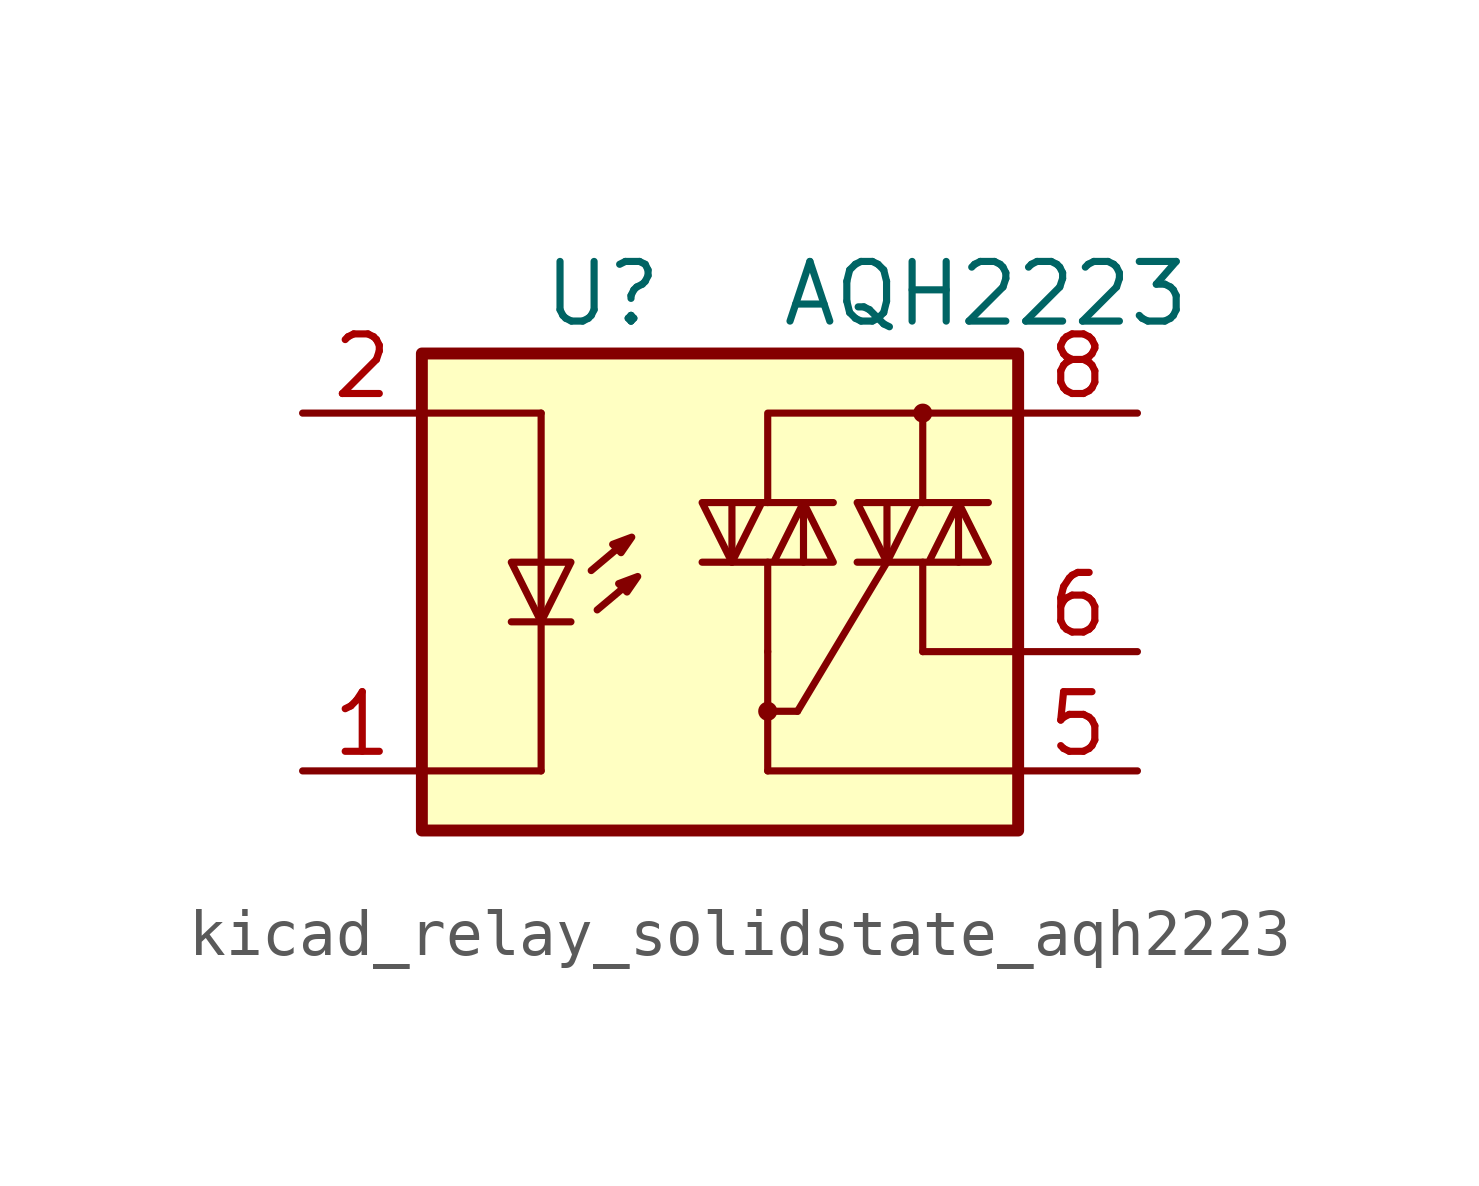
<source format=kicad_sym>
(kicad_symbol_lib
  (version 20220914)
  (generator kicad_symbol_editor)
  (symbol "kicad_relay_solidstate_aqh2223"
    (property "Reference" "U"
      (at -5.08 5.08 0)
      (effects (font (size 1.27 1.27)) (justify left)))
    (property "Value" "AQH2223"
      (at 0 5.08 0)
      (effects (font (size 1.27 1.27)) (justify left)))
    (symbol "kicad_relay_solidstate_aqh2223_0_1"
      (polyline (pts (xy 3.048 -2.54) (xy 5.08 -2.54)) (stroke (width 0) (type default)) (fill (type none)))
      (polyline (pts (xy 3.048 -0.635) (xy 3.048 -2.54)) (stroke (width 0) (type default)) (fill (type none))))
    (symbol "kicad_relay_solidstate_aqh2223_1_1"
      (rectangle (start -7.62 3.81) (end 5.08 -6.35) (stroke (width 0.254) (type default)) (fill (type background)))
      (circle (center -0.254 -3.81) (radius 0.127) (stroke (width 0) (type default)) (fill (type none)))
      (polyline (pts (xy -5.715 -1.905) (xy -4.445 -1.905)) (stroke (width 0) (type default)) (fill (type none)))
      (polyline (pts (xy -5.08 -5.08) (xy -7.62 -5.08)) (stroke (width 0) (type default)) (fill (type none)))
      (polyline (pts (xy -5.08 -1.905) (xy -5.08 -5.08)) (stroke (width 0) (type default)) (fill (type none)))
      (polyline (pts (xy -5.08 -0.635) (xy -5.08 -1.905)) (stroke (width 0) (type default)) (fill (type none)))
      (polyline (pts (xy -5.08 -0.635) (xy -5.08 2.54)) (stroke (width 0) (type default)) (fill (type none)))
      (polyline (pts (xy -5.08 2.54) (xy -7.493 2.54)) (stroke (width 0) (type default)) (fill (type none)))
      (polyline (pts (xy -3.378 -0.279) (xy -4.013 -0.813)) (stroke (width 0) (type default)) (fill (type none)))
      (polyline (pts (xy -3.251 -1.118) (xy -3.886 -1.651)) (stroke (width 0) (type default)) (fill (type none)))
      (polyline (pts (xy -1.016 -0.635) (xy -1.016 0.635)) (stroke (width 0) (type default)) (fill (type none)))
      (polyline (pts (xy -0.254 -3.81) (xy 0.381 -3.81)) (stroke (width 0) (type default)) (fill (type none)))
      (polyline (pts (xy -0.254 -2.54) (xy -0.254 -5.08)) (stroke (width 0) (type default)) (fill (type none)))
      (polyline (pts (xy -0.254 -2.54) (xy -0.254 -0.635)) (stroke (width 0) (type default)) (fill (type none)))
      (polyline (pts (xy 0.381 -3.81) (xy 2.286 -0.635)) (stroke (width 0) (type default)) (fill (type none)))
      (polyline (pts (xy 0.508 0.635) (xy 0.508 -0.635)) (stroke (width 0) (type default)) (fill (type none)))
      (polyline (pts (xy 2.286 -0.635) (xy 2.286 0.635)) (stroke (width 0) (type default)) (fill (type none)))
      (polyline (pts (xy 3.048 2.54) (xy 3.048 0.635)) (stroke (width 0) (type default)) (fill (type none)))
      (polyline (pts (xy 3.81 0.635) (xy 3.81 -0.635)) (stroke (width 0) (type default)) (fill (type none)))
      (polyline (pts (xy 5.08 -5.08) (xy -0.254 -5.08)) (stroke (width 0) (type default)) (fill (type none)))
      (polyline (pts (xy 5.08 2.54) (xy 3.048 2.54)) (stroke (width 0) (type default)) (fill (type none)))
      (polyline (pts (xy 3.048 2.54) (xy -0.254 2.54) (xy -0.254 0.635)) (stroke (width 0) (type default)) (fill (type none)))
      (polyline (pts (xy -5.08 -1.905) (xy -5.715 -0.635) (xy -4.445 -0.635) (xy -5.08 -1.905)) (stroke (width 0) (type default)) (fill (type none)))
      (polyline (pts (xy -3.556 -0.254) (xy -3.378 -0.432) (xy -3.15 -0.102) (xy -3.556 -0.254)) (stroke (width 0) (type default)) (fill (type none)))
      (polyline (pts (xy -3.429 -1.092) (xy -3.251 -1.27) (xy -3.023 -0.94) (xy -3.429 -1.092)) (stroke (width 0) (type default)) (fill (type none)))
      (polyline (pts (xy -1.651 -0.635) (xy 1.143 -0.635) (xy 0.508 0.635) (xy -0.127 -0.635)) (stroke (width 0) (type default)) (fill (type none)))
      (polyline (pts (xy 1.143 0.635) (xy -1.651 0.635) (xy -1.016 -0.635) (xy -0.381 0.635)) (stroke (width 0) (type default)) (fill (type none)))
      (polyline (pts (xy 1.651 -0.635) (xy 4.445 -0.635) (xy 3.81 0.635) (xy 3.175 -0.635)) (stroke (width 0) (type default)) (fill (type none)))
      (polyline (pts (xy 4.445 0.635) (xy 1.651 0.635) (xy 2.286 -0.635) (xy 2.921 0.635)) (stroke (width 0) (type default)) (fill (type none)))
      (circle (center 3.048 2.54) (radius 0.127) (stroke (width 0) (type default)) (fill (type none)))
      (pin passive line (at -10.16 -5.08 0) (length 2.54) (name "~" (effects (font (size 1.27 1.27)))) (number "1" (effects (font (size 1.27 1.27)))))
      (pin passive line (at -10.16 2.54 0) (length 2.54) (name "~" (effects (font (size 1.27 1.27)))) (number "2" (effects (font (size 1.27 1.27)))))
      (pin passive line (at -10.16 -5.08 0) (length 2.54) hide (name "~" (effects (font (size 1.27 1.27)))) (number "3" (effects (font (size 1.27 1.27)))))
      (pin passive line (at -10.16 -5.08 0) (length 2.54) hide (name "~" (effects (font (size 1.27 1.27)))) (number "4" (effects (font (size 1.27 1.27)))))
      (pin passive line (at 7.62 -5.08 180) (length 2.54) (name "~" (effects (font (size 1.27 1.27)))) (number "5" (effects (font (size 1.27 1.27)))))
      (pin passive line (at 7.62 -2.54 180) (length 2.54) (name "~" (effects (font (size 1.27 1.27)))) (number "6" (effects (font (size 1.27 1.27)))))
      (pin passive line (at 7.62 2.54 180) (length 2.54) (name "~" (effects (font (size 1.27 1.27)))) (number "8" (effects (font (size 1.27 1.27))))))))
</source>
